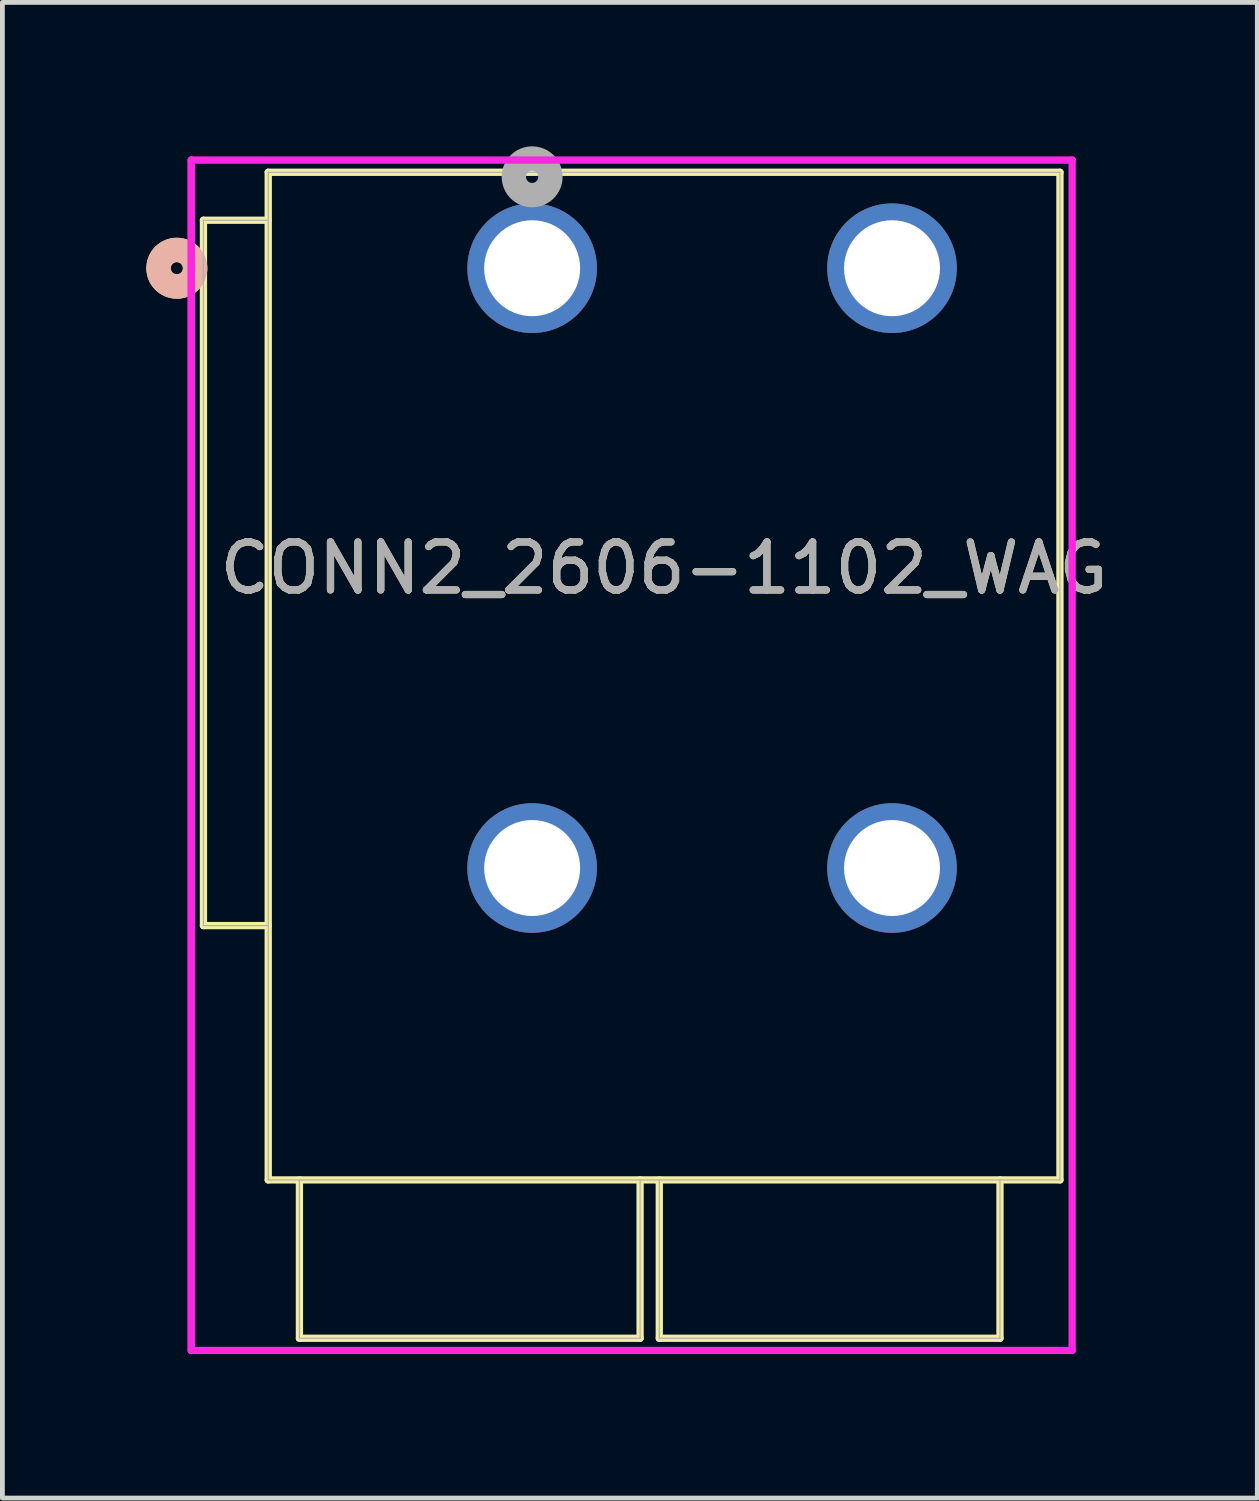
<source format=kicad_pcb>
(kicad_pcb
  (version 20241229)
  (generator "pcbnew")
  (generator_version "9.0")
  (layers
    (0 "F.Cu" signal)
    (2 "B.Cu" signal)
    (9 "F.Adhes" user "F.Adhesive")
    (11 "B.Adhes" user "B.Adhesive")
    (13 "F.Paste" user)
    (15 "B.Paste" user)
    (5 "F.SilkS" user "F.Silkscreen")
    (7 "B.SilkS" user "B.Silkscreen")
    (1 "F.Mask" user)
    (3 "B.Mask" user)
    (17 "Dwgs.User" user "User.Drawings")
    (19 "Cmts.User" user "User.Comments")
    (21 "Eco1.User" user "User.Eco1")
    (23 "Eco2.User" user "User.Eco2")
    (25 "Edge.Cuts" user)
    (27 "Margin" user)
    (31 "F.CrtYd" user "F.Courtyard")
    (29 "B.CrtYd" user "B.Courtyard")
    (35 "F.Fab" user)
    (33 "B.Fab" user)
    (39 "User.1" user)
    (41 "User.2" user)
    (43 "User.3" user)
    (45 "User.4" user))
  (footprint "CONN2_2606-1102_WAG"
    (layer "F.Cu")
    (at 8.04 2.54)
    (property "Reference" "CONN2_2606-1102_WAG" (at 2.75 6.25 0) (unlocked yes) (layer "F.SilkS") (effects (font (size 1 1) (thickness 0.15))))
    (attr through_hole)
    (fp_line (start -6.85 13.7) (end -6.85 -1) (stroke (width 0.152) (type solid)) (layer "F.SilkS"))
    (fp_line (start -5.5 -1) (end -6.85 -1) (stroke (width 0.152) (type solid)) (layer "F.SilkS"))
    (fp_line (start -5.5 13.7) (end -6.85 13.7) (stroke (width 0.152) (type solid)) (layer "F.SilkS"))
    (fp_line (start -5.5 -2) (end 11 -2) (stroke (width 0.152) (type solid)) (layer "F.SilkS"))
    (fp_line (start -5.5 19) (end -5.5 -2) (stroke (width 0.152) (type solid)) (layer "F.SilkS"))
    (fp_line (start -5.5 19) (end 11 19) (stroke (width 0.152) (type solid)) (layer "F.SilkS"))
    (fp_line (start -4.85 19) (end -4.85 22.3) (stroke (width 0.152) (type solid)) (layer "F.SilkS"))
    (fp_line (start -4.85 22.3) (end 2.25 22.3) (stroke (width 0.152) (type solid)) (layer "F.SilkS"))
    (fp_line (start 2.25 19) (end 2.25 22.3) (stroke (width 0.152) (type solid)) (layer "F.SilkS"))
    (fp_line (start 2.65 19) (end 2.65 22.3) (stroke (width 0.152) (type solid)) (layer "F.SilkS"))
    (fp_line (start 2.65 22.3) (end 9.75 22.3) (stroke (width 0.152) (type solid)) (layer "F.SilkS"))
    (fp_line (start 9.75 19) (end 9.75 22.3) (stroke (width 0.152) (type solid)) (layer "F.SilkS"))
    (fp_line (start 11 -2) (end 11 19) (stroke (width 0.152) (type solid)) (layer "F.SilkS"))
    (fp_circle (center -7.405 0) (end -7.024 0) (stroke (width 0.508) (type solid)) (fill no) (layer "F.SilkS"))
    (fp_circle (center -7.405 0) (end -7.024 0) (stroke (width 0.508) (type solid)) (fill no) (layer "B.SilkS"))
    (fp_line (start -7.104 -2.254) (end -7.104 22.554) (stroke (width 0.152) (type solid)) (layer "F.CrtYd"))
    (fp_line (start -7.104 -2.254) (end -7.104 22.554) (stroke (width 0.152) (type solid)) (layer "F.CrtYd"))
    (fp_line (start -7.104 22.554) (end 11.254 22.554) (stroke (width 0.152) (type solid)) (layer "F.CrtYd"))
    (fp_line (start 11.254 -2.254) (end -7.104 -2.254) (stroke (width 0.152) (type solid)) (layer "F.CrtYd"))
    (fp_line (start 11.254 22.554) (end 11.254 -2.254) (stroke (width 0.152) (type solid)) (layer "F.CrtYd"))
    (fp_line (start -6.85 13.7) (end -6.85 -1) (stroke (width 0.025) (type solid)) (layer "F.Fab"))
    (fp_line (start -5.5 -1) (end -6.85 -1) (stroke (width 0.025) (type solid)) (layer "F.Fab"))
    (fp_line (start -5.5 13.7) (end -6.85 13.7) (stroke (width 0.025) (type solid)) (layer "F.Fab"))
    (fp_line (start -5.5 -2) (end 11 -2) (stroke (width 0.025) (type solid)) (layer "F.Fab"))
    (fp_line (start -5.5 19) (end -5.5 -2) (stroke (width 0.025) (type solid)) (layer "F.Fab"))
    (fp_line (start -5.5 19) (end 11 19) (stroke (width 0.025) (type solid)) (layer "F.Fab"))
    (fp_line (start -4.85 19) (end -4.85 22.3) (stroke (width 0.025) (type solid)) (layer "F.Fab"))
    (fp_line (start -4.85 22.3) (end 2.25 22.3) (stroke (width 0.025) (type solid)) (layer "F.Fab"))
    (fp_line (start 2.25 19) (end 2.25 22.3) (stroke (width 0.025) (type solid)) (layer "F.Fab"))
    (fp_line (start 2.65 19) (end 2.65 22.3) (stroke (width 0.025) (type solid)) (layer "F.Fab"))
    (fp_line (start 2.65 22.3) (end 9.75 22.3) (stroke (width 0.025) (type solid)) (layer "F.Fab"))
    (fp_line (start 9.75 19) (end 9.75 22.3) (stroke (width 0.025) (type solid)) (layer "F.Fab"))
    (fp_line (start 11 -2) (end 11 19) (stroke (width 0.025) (type solid)) (layer "F.Fab"))
    (fp_circle (center 0 -1.905) (end 0.381 -1.905) (stroke (width 0.508) (type solid)) (fill no) (layer "F.Fab"))
    (fp_text user "${REFERENCE}" (at 2.75 6.25 0) (unlocked yes) (layer "F.Fab") (effects (font (size 1 1) (thickness 0.15))))
    (pad "1" thru_hole circle (at 0 0) (size 2.7 2.7) (drill 2) (layers "*.Cu" "*.Mask"))
    (pad "2" thru_hole circle (at 0 12.5) (size 2.7 2.7) (drill 2) (layers "*.Cu" "*.Mask"))
    (pad "3" thru_hole circle (at 7.5 0) (size 2.7 2.7) (drill 2) (layers "*.Cu" "*.Mask"))
    (pad "4" thru_hole circle (at 7.5 12.5) (size 2.7 2.7) (drill 2) (layers "*.Cu" "*.Mask")))
  (gr_rect
    (start -3 -3)
    (end 23.153 28.17)
    (stroke (width 0.1) (type default))
    (fill no)
    (layer "Edge.Cuts")))
</source>
